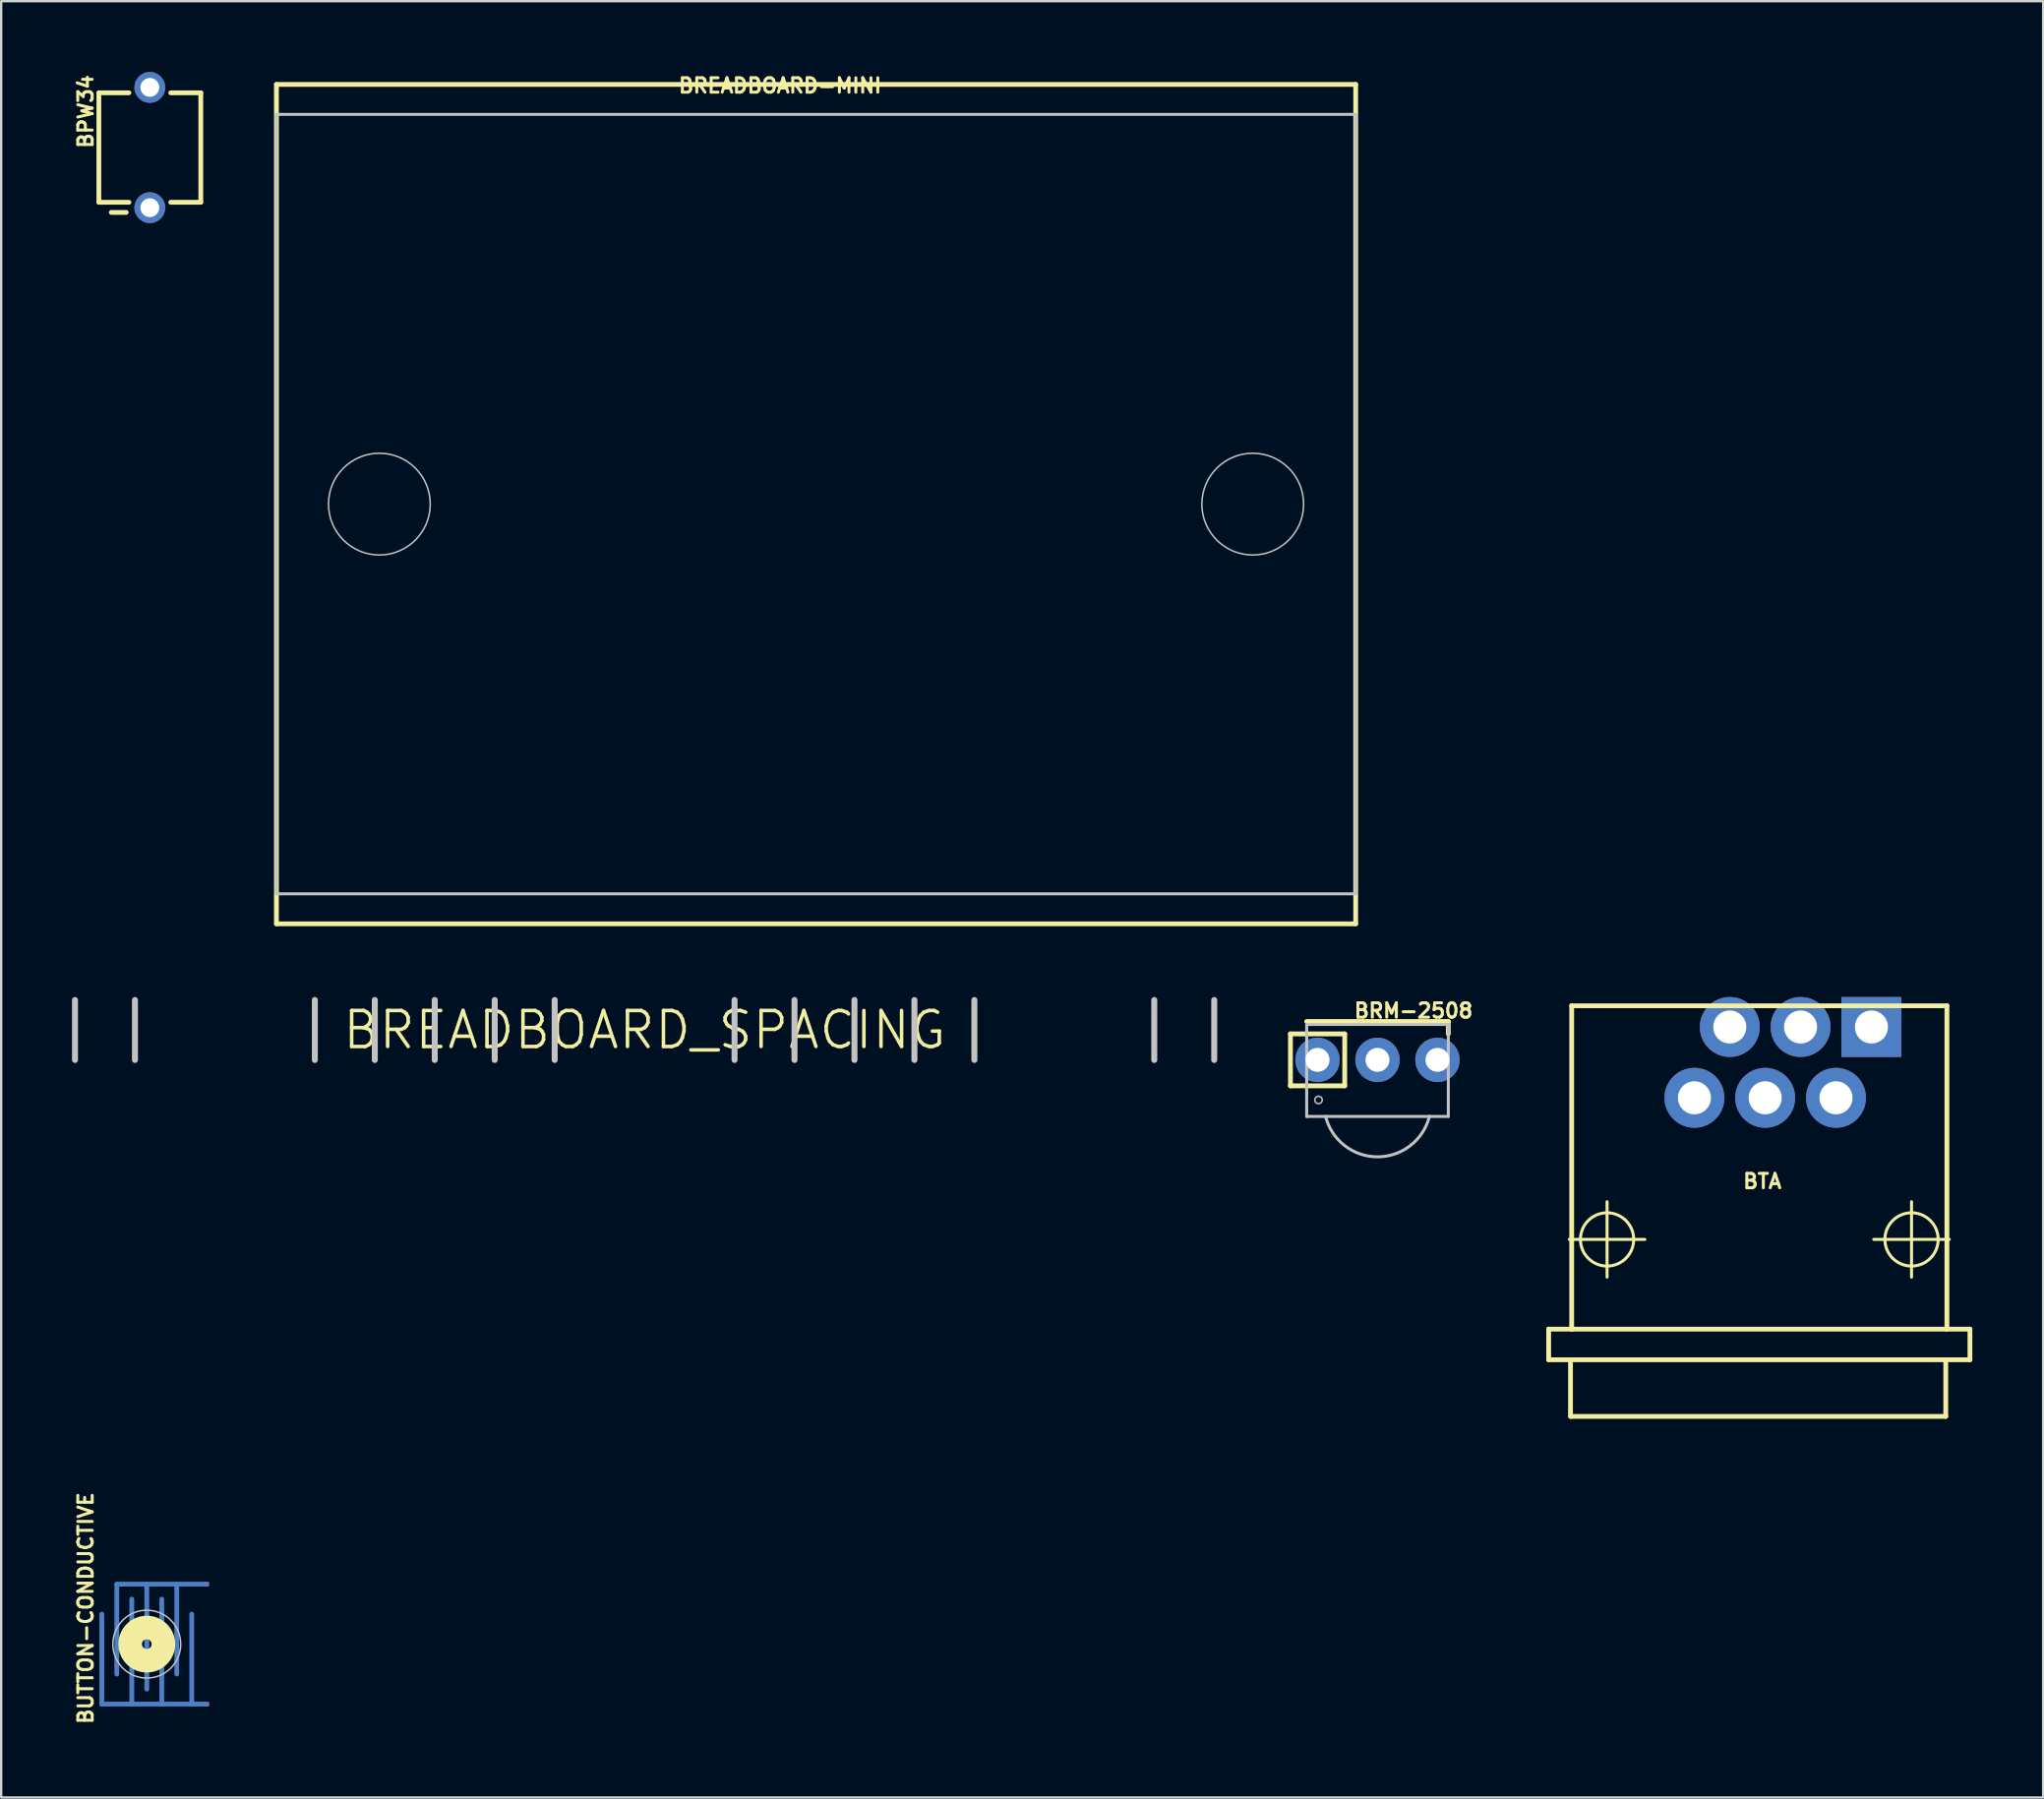
<source format=kicad_pcb>
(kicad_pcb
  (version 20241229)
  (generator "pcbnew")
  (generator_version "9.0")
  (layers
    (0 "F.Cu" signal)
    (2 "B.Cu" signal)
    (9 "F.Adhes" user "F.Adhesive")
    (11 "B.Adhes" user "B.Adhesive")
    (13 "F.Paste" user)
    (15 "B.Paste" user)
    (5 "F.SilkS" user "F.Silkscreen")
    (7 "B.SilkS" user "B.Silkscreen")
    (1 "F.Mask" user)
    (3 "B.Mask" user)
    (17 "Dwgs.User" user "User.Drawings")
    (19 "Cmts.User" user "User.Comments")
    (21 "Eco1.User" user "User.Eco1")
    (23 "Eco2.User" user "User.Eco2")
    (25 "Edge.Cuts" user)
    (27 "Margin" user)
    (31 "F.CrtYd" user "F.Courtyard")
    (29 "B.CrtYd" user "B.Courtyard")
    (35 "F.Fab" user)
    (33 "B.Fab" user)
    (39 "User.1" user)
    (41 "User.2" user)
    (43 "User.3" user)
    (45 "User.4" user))
  (footprint "BPW34"
    (layer "F.Cu")
    (at 3.297 3.2)
    (property "Reference" "BPW34" (at -2.718 -1.524 90) (layer "F.SilkS") (effects (font (size 0.61 0.61) (thickness 0.127))))
    (attr exclude_from_pos_files exclude_from_bom)
    (fp_line (start -2.159 -2.319) (end -2.159 2.319) (stroke (width 0.203) (type solid)) (layer "F.SilkS"))
    (fp_line (start -2.159 2.319) (end -0.886 2.319) (stroke (width 0.203) (type solid)) (layer "F.SilkS"))
    (fp_line (start -1.003 2.748) (end -1.631 2.748) (stroke (width 0.203) (type solid)) (layer "F.SilkS"))
    (fp_line (start -0.886 -2.319) (end -2.159 -2.319) (stroke (width 0.203) (type solid)) (layer "F.SilkS"))
    (fp_line (start 0.886 2.319) (end 2.159 2.319) (stroke (width 0.203) (type solid)) (layer "F.SilkS"))
    (fp_line (start 2.159 -2.319) (end 0.886 -2.319) (stroke (width 0.203) (type solid)) (layer "F.SilkS"))
    (fp_line (start 2.159 2.319) (end 2.159 -2.319) (stroke (width 0.203) (type solid)) (layer "F.SilkS"))
    (pad "P$1" thru_hole circle (at 0 -2.548) (size 1.306 1.306) (drill 0.798) (layers "*.Cu" "*.Paste" "*.Mask"))
    (pad "P$2" thru_hole circle (at 0 2.548) (size 1.306 1.306) (drill 0.798) (layers "*.Cu" "*.Paste" "*.Mask")))
  (footprint "BRM-2508"
    (layer "F.Cu")
    (at 55.304 41.85)
    (property "Reference" "BRM-2508" (at 1.524 -2.083 0) (layer "F.SilkS") (effects (font (size 0.61 0.61) (thickness 0.127))))
    (attr exclude_from_pos_files exclude_from_bom)
    (fp_line (start -3.688 -1.1) (end -3.688 1.1) (stroke (width 0.203) (type solid)) (layer "F.SilkS"))
    (fp_line (start -3 -1.626) (end 3 -1.626) (stroke (width 0.203) (type solid)) (layer "F.SilkS"))
    (fp_line (start -1.389 -1.1) (end -3.688 -1.1) (stroke (width 0.203) (type solid)) (layer "F.SilkS"))
    (fp_line (start -1.389 -1.1) (end -1.389 1.1) (stroke (width 0.203) (type solid)) (layer "F.SilkS"))
    (fp_line (start -1.389 1.1) (end -3.688 1.1) (stroke (width 0.203) (type solid)) (layer "F.SilkS"))
    (fp_line (start 3 -1.626) (end 3 -1.1) (stroke (width 0.203) (type solid)) (layer "F.SilkS"))
    (fp_line (start -3 -1.499) (end -3 2.398) (stroke (width 0.127) (type solid)) (layer "Dwgs.User"))
    (fp_line (start -3 -1.499) (end 3 -1.499) (stroke (width 0.127) (type solid)) (layer "Dwgs.User"))
    (fp_line (start -3 2.398) (end -2.2 2.398) (stroke (width 0.127) (type solid)) (layer "Dwgs.User"))
    (fp_line (start -2.794 -0.254) (end -2.286 -0.254) (stroke (width 0.066) (type solid)) (layer "Dwgs.User"))
    (fp_line (start -2.794 0.254) (end -2.794 -0.254) (stroke (width 0.066) (type solid)) (layer "Dwgs.User"))
    (fp_line (start -2.794 0.254) (end -2.286 0.254) (stroke (width 0.066) (type solid)) (layer "Dwgs.User"))
    (fp_line (start -2.286 0.254) (end -2.286 -0.254) (stroke (width 0.066) (type solid)) (layer "Dwgs.User"))
    (fp_line (start -2.2 2.398) (end 2.2 2.398) (stroke (width 0.127) (type solid)) (layer "Dwgs.User"))
    (fp_line (start -0.254 -0.254) (end 0.254 -0.254) (stroke (width 0.066) (type solid)) (layer "Dwgs.User"))
    (fp_line (start -0.254 0.254) (end -0.254 -0.254) (stroke (width 0.066) (type solid)) (layer "Dwgs.User"))
    (fp_line (start -0.254 0.254) (end 0.254 0.254) (stroke (width 0.066) (type solid)) (layer "Dwgs.User"))
    (fp_line (start 0.254 0.254) (end 0.254 -0.254) (stroke (width 0.066) (type solid)) (layer "Dwgs.User"))
    (fp_line (start 2.2 2.398) (end 3 2.398) (stroke (width 0.127) (type solid)) (layer "Dwgs.User"))
    (fp_line (start 2.286 -0.254) (end 2.794 -0.254) (stroke (width 0.066) (type solid)) (layer "Dwgs.User"))
    (fp_line (start 2.286 0.254) (end 2.286 -0.254) (stroke (width 0.066) (type solid)) (layer "Dwgs.User"))
    (fp_line (start 2.286 0.254) (end 2.794 0.254) (stroke (width 0.066) (type solid)) (layer "Dwgs.User"))
    (fp_line (start 2.794 0.254) (end 2.794 -0.254) (stroke (width 0.066) (type solid)) (layer "Dwgs.User"))
    (fp_line (start 3 -1.499) (end 3 2.398) (stroke (width 0.127) (type solid)) (layer "Dwgs.User"))
    (fp_arc (start 2.19964 2.39776) (mid 0.003804 4.108466) (end -2.197755 2.40513) (stroke (width 0.127) (type solid)) (layer "Dwgs.User"))
    (fp_circle (center -2.499 1.699) (end -2.611 1.811) (stroke (width 0.064) (type solid)) (fill no) (layer "Dwgs.User"))
    (pad "1" thru_hole circle (at -2.54 0) (size 1.88 1.88) (drill 1.016) (layers "*.Cu" "*.Paste" "*.Mask"))
    (pad "2" thru_hole circle (at 0 0) (size 1.88 1.88) (drill 1.016) (layers "*.Cu" "*.Paste" "*.Mask"))
    (pad "3" thru_hole circle (at 2.54 0) (size 1.88 1.88) (drill 1.016) (layers "*.Cu" "*.Paste" "*.Mask")))
  (footprint "BREADBOARD-MINI"
    (layer "F.Cu")
    (at 31.52 18.306)
    (property "Reference" "BREADBOARD-MINI" (at -1.524 -17.727 180) (layer "F.SilkS") (effects (font (size 0.61 0.61) (thickness 0.127))))
    (attr exclude_from_pos_files exclude_from_bom)
    (fp_line (start -22.86 -17.78) (end 22.86 -17.78) (stroke (width 0.203) (type solid)) (layer "F.SilkS"))
    (fp_line (start -22.86 17.78) (end -22.86 -17.78) (stroke (width 0.203) (type solid)) (layer "F.SilkS"))
    (fp_line (start 22.86 -17.78) (end 22.86 17.78) (stroke (width 0.203) (type solid)) (layer "F.SilkS"))
    (fp_line (start 22.86 17.78) (end -22.86 17.78) (stroke (width 0.203) (type solid)) (layer "F.SilkS"))
    (fp_line (start -22.86 -16.51) (end 22.86 -16.51) (stroke (width 0.127) (type solid)) (layer "Dwgs.User"))
    (fp_line (start -22.86 16.51) (end -22.86 -16.51) (stroke (width 0.127) (type solid)) (layer "Dwgs.User"))
    (fp_line (start 22.86 -16.51) (end 22.86 16.51) (stroke (width 0.127) (type solid)) (layer "Dwgs.User"))
    (fp_line (start 22.86 16.51) (end -22.86 16.51) (stroke (width 0.127) (type solid)) (layer "Dwgs.User"))
    (fp_circle (center -18.499 0) (end -20.023 1.524) (stroke (width 0.064) (type solid)) (fill no) (layer "Dwgs.User"))
    (fp_circle (center 18.499 0) (end 20.023 1.524) (stroke (width 0.064) (type solid)) (fill no) (layer "Dwgs.User")))
  (footprint "BUTTON-CONDUCTIVE"
    (layer "F.Cu")
    (at 3.168 66.602)
    (property "Reference" "BUTTON-CONDUCTIVE" (at -2.588 -1.524 90) (layer "F.SilkS") (effects (font (size 0.61 0.61) (thickness 0.127))))
    (attr smd)
    (fp_line (start -1.905 -1.27) (end -1.905 2.54) (stroke (width 0.203) (type solid)) (layer "B.Cu"))
    (fp_line (start -1.905 2.54) (end 2.54 2.54) (stroke (width 0.203) (type solid)) (layer "B.Cu"))
    (fp_line (start -1.27 -2.54) (end 2.54 -2.54) (stroke (width 0.203) (type solid)) (layer "B.Cu"))
    (fp_line (start -1.27 1.27) (end -1.27 -2.54) (stroke (width 0.203) (type solid)) (layer "B.Cu"))
    (fp_line (start -0.635 -1.905) (end -0.635 2.54) (stroke (width 0.203) (type solid)) (layer "B.Cu"))
    (fp_line (start 0 1.905) (end 0 -2.54) (stroke (width 0.203) (type solid)) (layer "B.Cu"))
    (fp_line (start 0.635 -1.905) (end 0.635 2.54) (stroke (width 0.203) (type solid)) (layer "B.Cu"))
    (fp_line (start 1.27 1.27) (end 1.27 -2.54) (stroke (width 0.203) (type solid)) (layer "B.Cu"))
    (fp_line (start 1.905 -1.27) (end 1.905 2.54) (stroke (width 0.203) (type solid)) (layer "B.Cu"))
    (fp_circle (center 0 0) (end -0.498 0.498) (stroke (width 0.998) (type solid)) (fill no) (layer "F.SilkS"))
    (fp_circle (center 0 0) (end -1.016 1.016) (stroke (width 0.064) (type solid)) (fill no) (layer "Dwgs.User"))
    (pad "1" smd rect (at 2.54 -2.54) (size 0.203 0.203) (layers "F.Cu" "F.Mask" "F.Paste"))
    (pad "2" smd rect (at 2.54 2.54) (size 0.203 0.203) (layers "F.Cu" "F.Mask" "F.Paste")))
  (footprint "BREADBOARD_SPACING"
    (layer "F.Cu")
    (at 24.257 40.585)
    (property "Reference" "BREADBOARD_SPACING" (at 0 0 0) (layer "F.SilkS") (effects (font (size 1.524 1.524) (thickness 0.15))))
    (attr exclude_from_pos_files exclude_from_bom)
    (fp_line (start -24.13 -1.27) (end -24.13 1.27) (stroke (width 0.254) (type solid)) (layer "Dwgs.User"))
    (fp_line (start -21.59 -1.27) (end -21.59 1.27) (stroke (width 0.254) (type solid)) (layer "Dwgs.User"))
    (fp_line (start -13.97 -1.27) (end -13.97 1.27) (stroke (width 0.254) (type solid)) (layer "Dwgs.User"))
    (fp_line (start -11.43 -1.27) (end -11.43 1.27) (stroke (width 0.254) (type solid)) (layer "Dwgs.User"))
    (fp_line (start -8.89 -1.27) (end -8.89 1.27) (stroke (width 0.254) (type solid)) (layer "Dwgs.User"))
    (fp_line (start -6.35 -1.27) (end -6.35 1.27) (stroke (width 0.254) (type solid)) (layer "Dwgs.User"))
    (fp_line (start -3.81 -1.27) (end -3.81 1.27) (stroke (width 0.254) (type solid)) (layer "Dwgs.User"))
    (fp_line (start 3.81 -1.27) (end 3.81 1.27) (stroke (width 0.254) (type solid)) (layer "Dwgs.User"))
    (fp_line (start 6.35 -1.27) (end 6.35 1.27) (stroke (width 0.254) (type solid)) (layer "Dwgs.User"))
    (fp_line (start 8.89 -1.27) (end 8.89 1.27) (stroke (width 0.254) (type solid)) (layer "Dwgs.User"))
    (fp_line (start 11.43 -1.27) (end 11.43 1.27) (stroke (width 0.254) (type solid)) (layer "Dwgs.User"))
    (fp_line (start 13.97 -1.27) (end 13.97 1.27) (stroke (width 0.254) (type solid)) (layer "Dwgs.User"))
    (fp_line (start 21.59 -1.27) (end 21.59 1.27) (stroke (width 0.254) (type solid)) (layer "Dwgs.User"))
    (fp_line (start 24.13 -1.27) (end 24.13 1.27) (stroke (width 0.254) (type solid)) (layer "Dwgs.User")))
  (footprint "BTA"
    (layer "F.Cu")
    (at 71.478 49.457)
    (property "Reference" "BTA" (at 0.127 -2.464 0) (layer "F.SilkS") (effects (font (size 0.61 0.61) (thickness 0.127))))
    (attr exclude_from_pos_files exclude_from_bom)
    (fp_line (start -8.923 3.8) (end -8.923 5.098) (stroke (width 0.203) (type solid)) (layer "F.SilkS"))
    (fp_line (start -8.923 3.8) (end -7.948 3.8) (stroke (width 0.203) (type solid)) (layer "F.SilkS"))
    (fp_line (start -8.923 5.098) (end -7.998 5.098) (stroke (width 0.203) (type solid)) (layer "F.SilkS"))
    (fp_line (start -8.049 0) (end -4.849 0) (stroke (width 0.127) (type solid)) (layer "F.SilkS"))
    (fp_line (start -7.998 5.098) (end 7.899 5.098) (stroke (width 0.203) (type solid)) (layer "F.SilkS"))
    (fp_line (start -7.998 7.498) (end -7.998 5.098) (stroke (width 0.203) (type solid)) (layer "F.SilkS"))
    (fp_line (start -7.998 7.498) (end 7.899 7.498) (stroke (width 0.203) (type solid)) (layer "F.SilkS"))
    (fp_line (start -7.948 -9.898) (end 7.948 -9.898) (stroke (width 0.203) (type solid)) (layer "F.SilkS"))
    (fp_line (start -7.948 3.8) (end -7.948 -9.898) (stroke (width 0.203) (type solid)) (layer "F.SilkS"))
    (fp_line (start -7.948 3.8) (end 7.948 3.8) (stroke (width 0.203) (type solid)) (layer "F.SilkS"))
    (fp_line (start -6.449 1.598) (end -6.449 -1.598) (stroke (width 0.127) (type solid)) (layer "F.SilkS"))
    (fp_line (start 4.849 0) (end 8.049 0) (stroke (width 0.127) (type solid)) (layer "F.SilkS"))
    (fp_line (start 6.449 1.598) (end 6.449 -1.598) (stroke (width 0.127) (type solid)) (layer "F.SilkS"))
    (fp_line (start 7.899 5.098) (end 8.923 5.098) (stroke (width 0.203) (type solid)) (layer "F.SilkS"))
    (fp_line (start 7.899 7.498) (end 7.899 5.098) (stroke (width 0.203) (type solid)) (layer "F.SilkS"))
    (fp_line (start 7.948 3.8) (end 7.948 -9.898) (stroke (width 0.203) (type solid)) (layer "F.SilkS"))
    (fp_line (start 7.948 3.8) (end 8.923 3.8) (stroke (width 0.203) (type solid)) (layer "F.SilkS"))
    (fp_line (start 8.923 3.8) (end 8.923 5.098) (stroke (width 0.203) (type solid)) (layer "F.SilkS"))
    (fp_circle (center -6.449 0) (end -7.247 0.798) (stroke (width 0.127) (type solid)) (fill no) (layer "F.SilkS"))
    (fp_circle (center 6.449 0) (end 7.247 0.798) (stroke (width 0.127) (type solid)) (fill no) (layer "F.SilkS"))
    (pad "1" thru_hole rect (at 4.75 -8.999) (size 2.54 2.54) (drill 1.4) (layers "*.Cu" "*.Paste" "*.Mask"))
    (pad "2" thru_hole circle (at 3.249 -5.999) (size 2.54 2.54) (drill 1.4) (layers "*.Cu" "*.Paste" "*.Mask"))
    (pad "3" thru_hole circle (at 1.748 -8.999) (size 2.54 2.54) (drill 1.4) (layers "*.Cu" "*.Paste" "*.Mask"))
    (pad "4" thru_hole circle (at 0.249 -5.999) (size 2.54 2.54) (drill 1.4) (layers "*.Cu" "*.Paste" "*.Mask"))
    (pad "5" thru_hole circle (at -1.25 -8.999) (size 2.54 2.54) (drill 1.4) (layers "*.Cu" "*.Paste" "*.Mask"))
    (pad "6" thru_hole circle (at -2.748 -5.999) (size 2.54 2.54) (drill 1.4) (layers "*.Cu" "*.Paste" "*.Mask")))
  (gr_rect
    (start -3 -3)
    (end 83.503 73.098)
    (stroke (width 0.1) (type default))
    (fill no)
    (layer "Edge.Cuts")))
</source>
